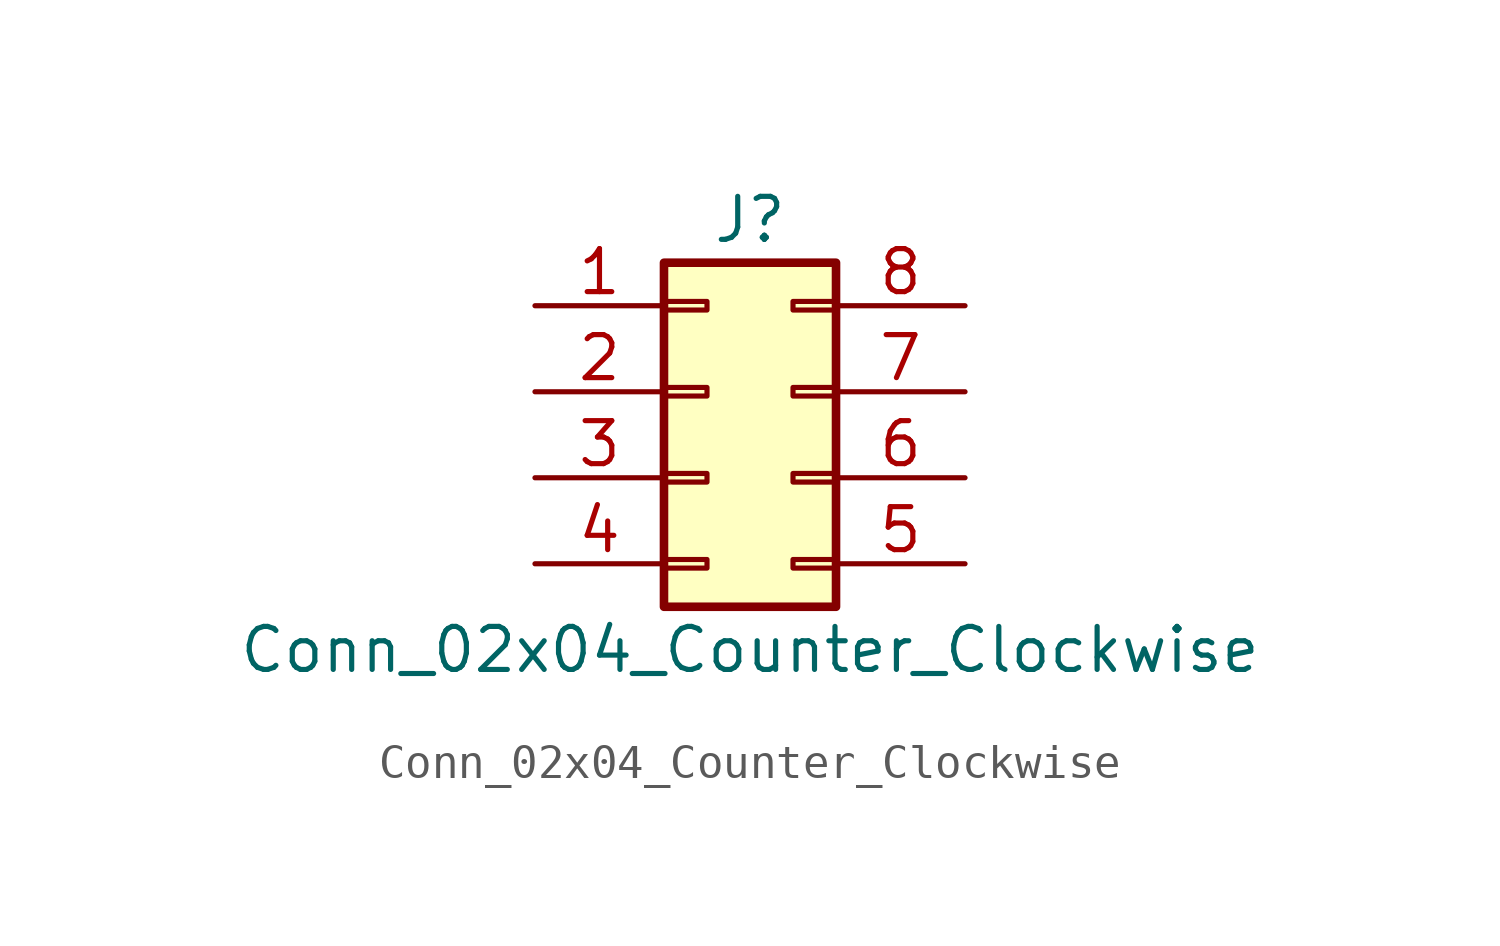
<source format=kicad_sym>
(kicad_symbol_lib
  (version 20211014)
  (generator kicad_symbol_editor)
  (symbol "Conn_02x04_Counter_Clockwise"
    (pin_names
      (offset 1.016) hide)
    (property "Reference" "J"
      (at 1.27 5.08 0)
      (effects (font (size 1.27 1.27))))
    (property "Value" "Conn_02x04_Counter_Clockwise"
      (at 1.27 -7.62 0)
      (effects (font (size 1.27 1.27))))
    (symbol "Conn_02x04_Counter_Clockwise_1_1"
      (rectangle (start -1.27 -4.953) (end 0 -5.207) (stroke (width 0.152) (type default) (color 0 0 0 0)) (fill (type none)))
      (rectangle (start -1.27 -2.413) (end 0 -2.667) (stroke (width 0.152) (type default) (color 0 0 0 0)) (fill (type none)))
      (rectangle (start -1.27 0.127) (end 0 -0.127) (stroke (width 0.152) (type default) (color 0 0 0 0)) (fill (type none)))
      (rectangle (start -1.27 2.667) (end 0 2.413) (stroke (width 0.152) (type default) (color 0 0 0 0)) (fill (type none)))
      (rectangle (start -1.27 3.81) (end 3.81 -6.35) (stroke (width 0.254) (type default) (color 0 0 0 0)) (fill (type background)))
      (rectangle (start 3.81 -4.953) (end 2.54 -5.207) (stroke (width 0.152) (type default) (color 0 0 0 0)) (fill (type none)))
      (rectangle (start 3.81 -2.413) (end 2.54 -2.667) (stroke (width 0.152) (type default) (color 0 0 0 0)) (fill (type none)))
      (rectangle (start 3.81 0.127) (end 2.54 -0.127) (stroke (width 0.152) (type default) (color 0 0 0 0)) (fill (type none)))
      (rectangle (start 3.81 2.667) (end 2.54 2.413) (stroke (width 0.152) (type default) (color 0 0 0 0)) (fill (type none)))
      (pin passive line (at -5.08 2.54 0) (length 3.81) (name "Pin_1" (effects (font (size 1.27 1.27)))) (number "1" (effects (font (size 1.27 1.27)))))
      (pin passive line (at -5.08 0 0) (length 3.81) (name "Pin_2" (effects (font (size 1.27 1.27)))) (number "2" (effects (font (size 1.27 1.27)))))
      (pin passive line (at -5.08 -2.54 0) (length 3.81) (name "Pin_3" (effects (font (size 1.27 1.27)))) (number "3" (effects (font (size 1.27 1.27)))))
      (pin passive line (at -5.08 -5.08 0) (length 3.81) (name "Pin_4" (effects (font (size 1.27 1.27)))) (number "4" (effects (font (size 1.27 1.27)))))
      (pin passive line (at 7.62 -5.08 180) (length 3.81) (name "Pin_5" (effects (font (size 1.27 1.27)))) (number "5" (effects (font (size 1.27 1.27)))))
      (pin passive line (at 7.62 -2.54 180) (length 3.81) (name "Pin_6" (effects (font (size 1.27 1.27)))) (number "6" (effects (font (size 1.27 1.27)))))
      (pin passive line (at 7.62 0 180) (length 3.81) (name "Pin_7" (effects (font (size 1.27 1.27)))) (number "7" (effects (font (size 1.27 1.27)))))
      (pin passive line (at 7.62 2.54 180) (length 3.81) (name "Pin_8" (effects (font (size 1.27 1.27)))) (number "8" (effects (font (size 1.27 1.27))))))))
</source>
